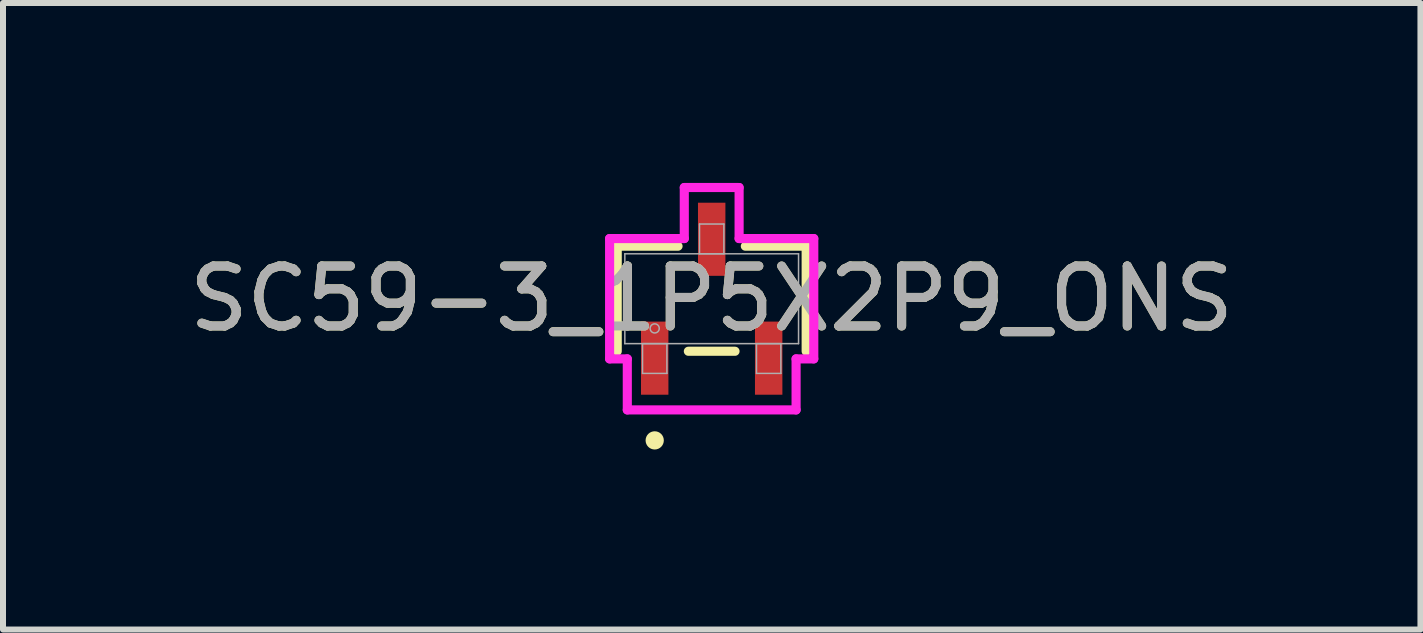
<source format=kicad_pcb>
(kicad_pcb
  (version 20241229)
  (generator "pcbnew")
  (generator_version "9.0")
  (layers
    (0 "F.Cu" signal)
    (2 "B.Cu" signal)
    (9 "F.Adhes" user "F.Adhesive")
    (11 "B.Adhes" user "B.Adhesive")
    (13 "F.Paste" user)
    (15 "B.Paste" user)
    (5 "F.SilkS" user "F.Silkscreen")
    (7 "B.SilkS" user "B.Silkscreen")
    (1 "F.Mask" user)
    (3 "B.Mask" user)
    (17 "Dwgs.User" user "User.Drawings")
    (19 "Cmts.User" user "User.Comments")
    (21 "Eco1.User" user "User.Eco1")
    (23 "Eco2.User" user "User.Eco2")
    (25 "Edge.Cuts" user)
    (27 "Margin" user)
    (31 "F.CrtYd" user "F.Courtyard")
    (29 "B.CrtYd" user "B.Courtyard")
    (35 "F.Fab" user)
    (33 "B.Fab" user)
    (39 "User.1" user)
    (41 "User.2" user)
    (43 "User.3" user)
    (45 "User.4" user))
  (footprint "SC59-3_1P5X2P9_ONS"
    (layer "F.Cu")
    (at 8.815 1.93)
    (property "Reference" "SC59-3_1P5X2P9_ONS" (at 0 0 0) (unlocked yes) (layer "F.SilkS") (effects (font (size 1 1) (thickness 0.15))))
    (attr smd)
    (fp_line (start -1.575 -0.876) (end -1.575 0.876) (stroke (width 0.152) (type solid)) (layer "F.SilkS"))
    (fp_line (start -0.561 -0.876) (end -1.575 -0.876) (stroke (width 0.152) (type solid)) (layer "F.SilkS"))
    (fp_line (start -0.389 0.876) (end 0.389 0.876) (stroke (width 0.152) (type solid)) (layer "F.SilkS"))
    (fp_line (start 1.575 -0.876) (end 0.561 -0.876) (stroke (width 0.152) (type solid)) (layer "F.SilkS"))
    (fp_line (start 1.575 0.876) (end 1.575 -0.876) (stroke (width 0.152) (type solid)) (layer "F.SilkS"))
    (fp_circle (center -0.95 2.362) (end -0.874 2.362) (stroke (width 0.152) (type solid)) (fill no) (layer "F.SilkS"))
    (fp_line (start -1.702 -1.003) (end -0.457 -1.003) (stroke (width 0.152) (type solid)) (layer "F.CrtYd"))
    (fp_line (start -1.702 1.003) (end -1.702 -1.003) (stroke (width 0.152) (type solid)) (layer "F.CrtYd"))
    (fp_line (start -1.702 1.003) (end -1.407 1.003) (stroke (width 0.152) (type solid)) (layer "F.CrtYd"))
    (fp_line (start -1.407 1.003) (end -1.407 1.854) (stroke (width 0.152) (type solid)) (layer "F.CrtYd"))
    (fp_line (start -1.407 1.854) (end 1.407 1.854) (stroke (width 0.152) (type solid)) (layer "F.CrtYd"))
    (fp_line (start -0.457 -1.854) (end 0.457 -1.854) (stroke (width 0.152) (type solid)) (layer "F.CrtYd"))
    (fp_line (start -0.457 -1.003) (end -0.457 -1.854) (stroke (width 0.152) (type solid)) (layer "F.CrtYd"))
    (fp_line (start 0.457 -1.003) (end 0.457 -1.854) (stroke (width 0.152) (type solid)) (layer "F.CrtYd"))
    (fp_line (start 1.407 1.003) (end 1.407 1.854) (stroke (width 0.152) (type solid)) (layer "F.CrtYd"))
    (fp_line (start 1.702 -1.003) (end 0.457 -1.003) (stroke (width 0.152) (type solid)) (layer "F.CrtYd"))
    (fp_line (start 1.702 -1.003) (end 1.702 1.003) (stroke (width 0.152) (type solid)) (layer "F.CrtYd"))
    (fp_line (start 1.702 1.003) (end 1.407 1.003) (stroke (width 0.152) (type solid)) (layer "F.CrtYd"))
    (fp_line (start -1.448 -0.749) (end -1.448 0.749) (stroke (width 0.025) (type solid)) (layer "F.Fab"))
    (fp_line (start -1.448 0.749) (end 1.448 0.749) (stroke (width 0.025) (type solid)) (layer "F.Fab"))
    (fp_line (start -1.153 0.749) (end -1.153 1.245) (stroke (width 0.025) (type solid)) (layer "F.Fab"))
    (fp_line (start -1.153 1.245) (end -0.747 1.245) (stroke (width 0.025) (type solid)) (layer "F.Fab"))
    (fp_line (start -0.747 0.749) (end -1.153 0.749) (stroke (width 0.025) (type solid)) (layer "F.Fab"))
    (fp_line (start -0.747 1.245) (end -0.747 0.749) (stroke (width 0.025) (type solid)) (layer "F.Fab"))
    (fp_line (start -0.203 -1.245) (end -0.203 -0.749) (stroke (width 0.025) (type solid)) (layer "F.Fab"))
    (fp_line (start -0.203 -0.749) (end 0.203 -0.749) (stroke (width 0.025) (type solid)) (layer "F.Fab"))
    (fp_line (start 0.203 -1.245) (end -0.203 -1.245) (stroke (width 0.025) (type solid)) (layer "F.Fab"))
    (fp_line (start 0.203 -0.749) (end 0.203 -1.245) (stroke (width 0.025) (type solid)) (layer "F.Fab"))
    (fp_line (start 0.747 0.749) (end 0.747 1.245) (stroke (width 0.025) (type solid)) (layer "F.Fab"))
    (fp_line (start 0.747 1.245) (end 1.153 1.245) (stroke (width 0.025) (type solid)) (layer "F.Fab"))
    (fp_line (start 1.153 0.749) (end 0.747 0.749) (stroke (width 0.025) (type solid)) (layer "F.Fab"))
    (fp_line (start 1.153 1.245) (end 1.153 0.749) (stroke (width 0.025) (type solid)) (layer "F.Fab"))
    (fp_line (start 1.448 -0.749) (end -1.448 -0.749) (stroke (width 0.025) (type solid)) (layer "F.Fab"))
    (fp_line (start 1.448 0.749) (end 1.448 -0.749) (stroke (width 0.025) (type solid)) (layer "F.Fab"))
    (fp_circle (center -0.95 0.495) (end -0.874 0.495) (stroke (width 0.025) (type solid)) (fill no) (layer "F.Fab"))
    (fp_text user "${REFERENCE}" (at 0 0 0) (unlocked yes) (layer "F.Fab") (effects (font (size 1 1) (thickness 0.15))))
    (pad "1" smd rect (at -0.95 0.991) (size 0.457 1.219) (layers "F.Cu" "F.Mask" "F.Paste"))
    (pad "2" smd rect (at 0.95 0.991) (size 0.457 1.219) (layers "F.Cu" "F.Mask" "F.Paste"))
    (pad "3" smd rect (at 0 -0.991) (size 0.457 1.219) (layers "F.Cu" "F.Mask" "F.Paste")))
  (gr_rect
    (start -3 -3)
    (end 20.631 7.445)
    (stroke (width 0.1) (type default))
    (fill no)
    (layer "Edge.Cuts")))
</source>
